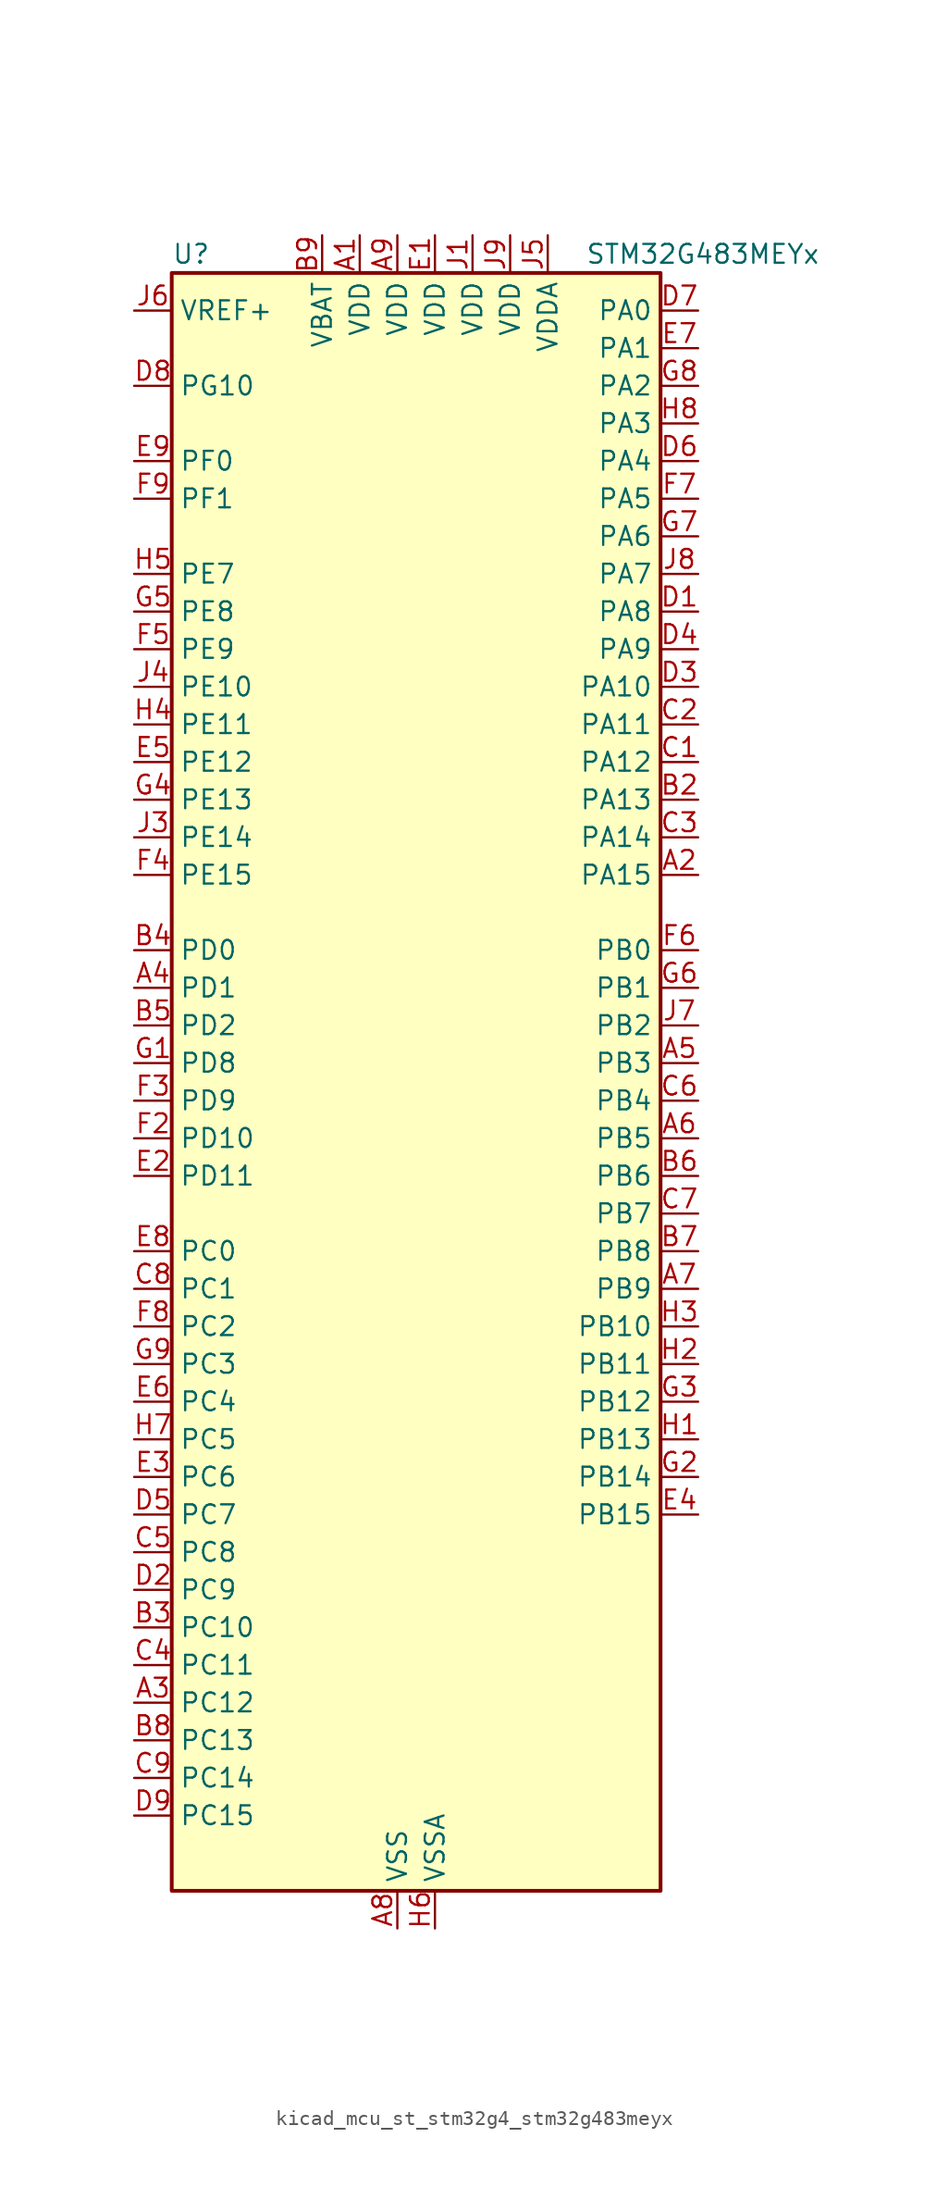
<source format=kicad_sym>
(kicad_symbol_lib
  (version 20220914)
  (generator kicad_symbol_editor)
  (symbol "kicad_mcu_st_stm32g4_stm32g483meyx"
    (property "Reference" "U"
      (at -15.24 57.15 0)
      (effects (font (size 1.27 1.27)) (justify left)))
    (property "Value" "STM32G483MEYx"
      (at 12.7 57.15 0)
      (effects (font (size 1.27 1.27)) (justify left)))
    (property "ki_locked" ""
      (at 0 0 0)
      (effects (font (size 1.27 1.27))))
    (symbol "kicad_mcu_st_stm32g4_stm32g483meyx_0_1"
      (rectangle (start -15.24 -53.34) (end 17.78 55.88) (stroke (width 0.254) (type default)) (fill (type background))))
    (symbol "kicad_mcu_st_stm32g4_stm32g483meyx_1_1"
      (pin power_in line (at -2.54 58.42 270) (length 2.54) (name "VDD" (effects (font (size 1.27 1.27)))) (number "A1" (effects (font (size 1.27 1.27)))))
      (pin bidirectional line (at 20.32 15.24 180) (length 2.54) (name "PA15" (effects (font (size 1.27 1.27)))) (number "A2" (effects (font (size 1.27 1.27)))) (alternate "ADC1_EXTI15" bidirectional line) (alternate "ADC2_EXTI15" bidirectional line) (alternate "FDCAN3_TX" bidirectional line) (alternate "I2C1_SCL" bidirectional line) (alternate "I2S3_WS" bidirectional line) (alternate "SPI1_NSS" bidirectional line) (alternate "SPI3_NSS" bidirectional line) (alternate "SYS_JTDI" bidirectional line) (alternate "TIM1_BKIN" bidirectional line) (alternate "TIM2_CH1" bidirectional line) (alternate "TIM2_ETR" bidirectional line) (alternate "TIM8_CH1" bidirectional line) (alternate "UART4_DE" bidirectional line) (alternate "UART4_RTS" bidirectional line) (alternate "USART2_RX" bidirectional line))
      (pin bidirectional line (at -17.78 -40.64 0) (length 2.54) (name "PC12" (effects (font (size 1.27 1.27)))) (number "A3" (effects (font (size 1.27 1.27)))) (alternate "I2S3_SD" bidirectional line) (alternate "SPI3_MOSI" bidirectional line) (alternate "TIM5_CH2" bidirectional line) (alternate "TIM8_CH3N" bidirectional line) (alternate "UART5_TX" bidirectional line) (alternate "UCPD1_FRSTX1" bidirectional line) (alternate "UCPD1_FRSTX2" bidirectional line) (alternate "USART3_CK" bidirectional line))
      (pin bidirectional line (at -17.78 7.62 0) (length 2.54) (name "PD1" (effects (font (size 1.27 1.27)))) (number "A4" (effects (font (size 1.27 1.27)))) (alternate "FDCAN1_TX" bidirectional line) (alternate "TIM8_BKIN2" bidirectional line) (alternate "TIM8_CH4" bidirectional line))
      (pin bidirectional line (at 20.32 2.54 180) (length 2.54) (name "PB3" (effects (font (size 1.27 1.27)))) (number "A5" (effects (font (size 1.27 1.27)))) (alternate "ADC3_EXTI3" bidirectional line) (alternate "ADC4_EXTI3" bidirectional line) (alternate "ADC5_EXTI3" bidirectional line) (alternate "CRS_SYNC" bidirectional line) (alternate "FDCAN3_RX" bidirectional line) (alternate "I2S3_CK" bidirectional line) (alternate "SAI1_SCK_B" bidirectional line) (alternate "SPI1_SCK" bidirectional line) (alternate "SPI3_SCK" bidirectional line) (alternate "SYS_JTDO-SWO" bidirectional line) (alternate "TIM2_CH2" bidirectional line) (alternate "TIM3_ETR" bidirectional line) (alternate "TIM4_ETR" bidirectional line) (alternate "TIM8_CH1N" bidirectional line) (alternate "USART2_TX" bidirectional line))
      (pin bidirectional line (at 20.32 -2.54 180) (length 2.54) (name "PB5" (effects (font (size 1.27 1.27)))) (number "A6" (effects (font (size 1.27 1.27)))) (alternate "FDCAN2_RX" bidirectional line) (alternate "I2C1_SMBA" bidirectional line) (alternate "I2C3_SDA" bidirectional line) (alternate "I2S3_SD" bidirectional line) (alternate "LPTIM1_IN1" bidirectional line) (alternate "SAI1_SD_B" bidirectional line) (alternate "SPI1_MOSI" bidirectional line) (alternate "SPI3_MOSI" bidirectional line) (alternate "TIM16_BKIN" bidirectional line) (alternate "TIM17_CH1" bidirectional line) (alternate "TIM3_CH2" bidirectional line) (alternate "TIM8_CH3N" bidirectional line) (alternate "UART5_CTS" bidirectional line) (alternate "USART2_CK" bidirectional line))
      (pin bidirectional line (at 20.32 -12.7 180) (length 2.54) (name "PB9" (effects (font (size 1.27 1.27)))) (number "A7" (effects (font (size 1.27 1.27)))) (alternate "COMP2_OUT" bidirectional line) (alternate "DAC1_EXTI9" bidirectional line) (alternate "DAC2_EXTI9" bidirectional line) (alternate "DAC3_EXTI9" bidirectional line) (alternate "DAC4_EXTI9" bidirectional line) (alternate "FDCAN1_TX" bidirectional line) (alternate "I2C1_SDA" bidirectional line) (alternate "IR_OUT" bidirectional line) (alternate "SAI1_D2" bidirectional line) (alternate "SAI1_FS_A" bidirectional line) (alternate "TIM17_CH1" bidirectional line) (alternate "TIM1_CH3N" bidirectional line) (alternate "TIM4_CH4" bidirectional line) (alternate "TIM8_CH3" bidirectional line) (alternate "USART3_TX" bidirectional line))
      (pin power_in line (at 0 -55.88 90) (length 2.54) (name "VSS" (effects (font (size 1.27 1.27)))) (number "A8" (effects (font (size 1.27 1.27)))))
      (pin power_in line (at 0 58.42 270) (length 2.54) (name "VDD" (effects (font (size 1.27 1.27)))) (number "A9" (effects (font (size 1.27 1.27)))))
      (pin passive line (at 0 -55.88 90) (length 2.54) hide (name "VSS" (effects (font (size 1.27 1.27)))) (number "B1" (effects (font (size 1.27 1.27)))))
      (pin bidirectional line (at 20.32 20.32 180) (length 2.54) (name "PA13" (effects (font (size 1.27 1.27)))) (number "B2" (effects (font (size 1.27 1.27)))) (alternate "I2C1_SCL" bidirectional line) (alternate "I2C4_SCL" bidirectional line) (alternate "IR_OUT" bidirectional line) (alternate "SAI1_SD_B" bidirectional line) (alternate "SYS_JTMS-SWDIO" bidirectional line) (alternate "TIM16_CH1N" bidirectional line) (alternate "TIM4_CH3" bidirectional line) (alternate "USART3_CTS" bidirectional line) (alternate "USART3_NSS" bidirectional line))
      (pin bidirectional line (at -17.78 -35.56 0) (length 2.54) (name "PC10" (effects (font (size 1.27 1.27)))) (number "B3" (effects (font (size 1.27 1.27)))) (alternate "DAC1_EXTI10" bidirectional line) (alternate "DAC2_EXTI10" bidirectional line) (alternate "DAC3_EXTI10" bidirectional line) (alternate "DAC4_EXTI10" bidirectional line) (alternate "I2S3_CK" bidirectional line) (alternate "SPI3_SCK" bidirectional line) (alternate "TIM8_CH1N" bidirectional line) (alternate "UART4_TX" bidirectional line) (alternate "USART3_TX" bidirectional line))
      (pin bidirectional line (at -17.78 10.16 0) (length 2.54) (name "PD0" (effects (font (size 1.27 1.27)))) (number "B4" (effects (font (size 1.27 1.27)))) (alternate "FDCAN1_RX" bidirectional line) (alternate "TIM8_CH4N" bidirectional line))
      (pin bidirectional line (at -17.78 5.08 0) (length 2.54) (name "PD2" (effects (font (size 1.27 1.27)))) (number "B5" (effects (font (size 1.27 1.27)))) (alternate "ADC3_EXTI2" bidirectional line) (alternate "ADC4_EXTI2" bidirectional line) (alternate "ADC5_EXTI2" bidirectional line) (alternate "TIM3_ETR" bidirectional line) (alternate "TIM8_BKIN" bidirectional line) (alternate "UART5_RX" bidirectional line))
      (pin bidirectional line (at 20.32 -5.08 180) (length 2.54) (name "PB6" (effects (font (size 1.27 1.27)))) (number "B6" (effects (font (size 1.27 1.27)))) (alternate "COMP4_OUT" bidirectional line) (alternate "FDCAN2_TX" bidirectional line) (alternate "LPTIM1_ETR" bidirectional line) (alternate "SAI1_FS_B" bidirectional line) (alternate "TIM16_CH1N" bidirectional line) (alternate "TIM4_CH1" bidirectional line) (alternate "TIM8_BKIN2" bidirectional line) (alternate "TIM8_CH1" bidirectional line) (alternate "TIM8_ETR" bidirectional line) (alternate "UCPD1_CC1" bidirectional line) (alternate "USART1_TX" bidirectional line))
      (pin bidirectional line (at 20.32 -10.16 180) (length 2.54) (name "PB8" (effects (font (size 1.27 1.27)))) (number "B7" (effects (font (size 1.27 1.27)))) (alternate "COMP1_OUT" bidirectional line) (alternate "FDCAN1_RX" bidirectional line) (alternate "I2C1_SCL" bidirectional line) (alternate "SAI1_CK1" bidirectional line) (alternate "SAI1_MCLK_A" bidirectional line) (alternate "TIM16_CH1" bidirectional line) (alternate "TIM1_BKIN" bidirectional line) (alternate "TIM4_CH3" bidirectional line) (alternate "TIM8_CH2" bidirectional line) (alternate "USART3_RX" bidirectional line))
      (pin bidirectional line (at -17.78 -43.18 0) (length 2.54) (name "PC13" (effects (font (size 1.27 1.27)))) (number "B8" (effects (font (size 1.27 1.27)))) (alternate "RTC_OUT1" bidirectional line) (alternate "RTC_TAMP1" bidirectional line) (alternate "RTC_TS" bidirectional line) (alternate "SYS_WKUP2" bidirectional line) (alternate "TIM1_BKIN" bidirectional line) (alternate "TIM1_CH1N" bidirectional line) (alternate "TIM8_CH4N" bidirectional line))
      (pin power_in line (at -5.08 58.42 270) (length 2.54) (name "VBAT" (effects (font (size 1.27 1.27)))) (number "B9" (effects (font (size 1.27 1.27)))))
      (pin bidirectional line (at 20.32 22.86 180) (length 2.54) (name "PA12" (effects (font (size 1.27 1.27)))) (number "C1" (effects (font (size 1.27 1.27)))) (alternate "COMP2_OUT" bidirectional line) (alternate "FDCAN1_TX" bidirectional line) (alternate "I2S_CKIN" bidirectional line) (alternate "TIM16_CH1" bidirectional line) (alternate "TIM1_CH2N" bidirectional line) (alternate "TIM1_ETR" bidirectional line) (alternate "TIM4_CH2" bidirectional line) (alternate "USART1_DE" bidirectional line) (alternate "USART1_RTS" bidirectional line) (alternate "USB_DP" bidirectional line))
      (pin bidirectional line (at 20.32 25.4 180) (length 2.54) (name "PA11" (effects (font (size 1.27 1.27)))) (number "C2" (effects (font (size 1.27 1.27)))) (alternate "ADC1_EXTI11" bidirectional line) (alternate "ADC2_EXTI11" bidirectional line) (alternate "COMP1_OUT" bidirectional line) (alternate "FDCAN1_RX" bidirectional line) (alternate "I2S2_SD" bidirectional line) (alternate "SPI2_MOSI" bidirectional line) (alternate "TIM1_BKIN2" bidirectional line) (alternate "TIM1_CH1N" bidirectional line) (alternate "TIM1_CH4" bidirectional line) (alternate "TIM4_CH1" bidirectional line) (alternate "USART1_CTS" bidirectional line) (alternate "USART1_NSS" bidirectional line) (alternate "USB_DM" bidirectional line))
      (pin bidirectional line (at 20.32 17.78 180) (length 2.54) (name "PA14" (effects (font (size 1.27 1.27)))) (number "C3" (effects (font (size 1.27 1.27)))) (alternate "I2C1_SDA" bidirectional line) (alternate "I2C4_SMBA" bidirectional line) (alternate "LPTIM1_OUT" bidirectional line) (alternate "SAI1_FS_B" bidirectional line) (alternate "SYS_JTCK-SWCLK" bidirectional line) (alternate "TIM1_BKIN" bidirectional line) (alternate "TIM8_CH2" bidirectional line) (alternate "USART2_TX" bidirectional line))
      (pin bidirectional line (at -17.78 -38.1 0) (length 2.54) (name "PC11" (effects (font (size 1.27 1.27)))) (number "C4" (effects (font (size 1.27 1.27)))) (alternate "ADC1_EXTI11" bidirectional line) (alternate "ADC2_EXTI11" bidirectional line) (alternate "I2C3_SDA" bidirectional line) (alternate "SPI3_MISO" bidirectional line) (alternate "TIM8_CH2N" bidirectional line) (alternate "UART4_RX" bidirectional line) (alternate "USART3_RX" bidirectional line))
      (pin bidirectional line (at -17.78 -30.48 0) (length 2.54) (name "PC8" (effects (font (size 1.27 1.27)))) (number "C5" (effects (font (size 1.27 1.27)))) (alternate "COMP7_OUT" bidirectional line) (alternate "I2C3_SCL" bidirectional line) (alternate "TIM20_CH3" bidirectional line) (alternate "TIM3_CH3" bidirectional line) (alternate "TIM8_CH3" bidirectional line))
      (pin bidirectional line (at 20.32 0 180) (length 2.54) (name "PB4" (effects (font (size 1.27 1.27)))) (number "C6" (effects (font (size 1.27 1.27)))) (alternate "FDCAN3_TX" bidirectional line) (alternate "SAI1_MCLK_B" bidirectional line) (alternate "SPI1_MISO" bidirectional line) (alternate "SPI3_MISO" bidirectional line) (alternate "SYS_JTRST" bidirectional line) (alternate "TIM16_CH1" bidirectional line) (alternate "TIM17_BKIN" bidirectional line) (alternate "TIM3_CH1" bidirectional line) (alternate "TIM8_CH2N" bidirectional line) (alternate "UART5_DE" bidirectional line) (alternate "UART5_RTS" bidirectional line) (alternate "UCPD1_CC2" bidirectional line) (alternate "USART2_RX" bidirectional line))
      (pin bidirectional line (at 20.32 -7.62 180) (length 2.54) (name "PB7" (effects (font (size 1.27 1.27)))) (number "C7" (effects (font (size 1.27 1.27)))) (alternate "COMP3_OUT" bidirectional line) (alternate "I2C1_SDA" bidirectional line) (alternate "I2C4_SDA" bidirectional line) (alternate "LPTIM1_IN2" bidirectional line) (alternate "SYS_PVD_IN" bidirectional line) (alternate "TIM17_CH1N" bidirectional line) (alternate "TIM3_CH4" bidirectional line) (alternate "TIM4_CH2" bidirectional line) (alternate "TIM8_BKIN" bidirectional line) (alternate "UART4_CTS" bidirectional line) (alternate "USART1_RX" bidirectional line))
      (pin bidirectional line (at -17.78 -12.7 0) (length 2.54) (name "PC1" (effects (font (size 1.27 1.27)))) (number "C8" (effects (font (size 1.27 1.27)))) (alternate "ADC1_IN7" bidirectional line) (alternate "ADC2_IN7" bidirectional line) (alternate "COMP3_INP" bidirectional line) (alternate "LPTIM1_OUT" bidirectional line) (alternate "LPUART1_TX" bidirectional line) (alternate "QUADSPI1_BK2_IO0" bidirectional line) (alternate "SAI1_SD_A" bidirectional line) (alternate "TIM1_CH2" bidirectional line))
      (pin bidirectional line (at -17.78 -45.72 0) (length 2.54) (name "PC14" (effects (font (size 1.27 1.27)))) (number "C9" (effects (font (size 1.27 1.27)))) (alternate "RCC_OSC32_IN" bidirectional line))
      (pin bidirectional line (at 20.32 33.02 180) (length 2.54) (name "PA8" (effects (font (size 1.27 1.27)))) (number "D1" (effects (font (size 1.27 1.27)))) (alternate "ADC5_IN1" bidirectional line) (alternate "COMP7_OUT" bidirectional line) (alternate "FDCAN3_RX" bidirectional line) (alternate "I2C2_SDA" bidirectional line) (alternate "I2C3_SCL" bidirectional line) (alternate "I2S2_MCK" bidirectional line) (alternate "OPAMP5_VOUT" bidirectional line) (alternate "RCC_MCO" bidirectional line) (alternate "SAI1_CK2" bidirectional line) (alternate "SAI1_SCK_A" bidirectional line) (alternate "TIM1_CH1" bidirectional line) (alternate "TIM4_ETR" bidirectional line) (alternate "USART1_CK" bidirectional line))
      (pin bidirectional line (at -17.78 -33.02 0) (length 2.54) (name "PC9" (effects (font (size 1.27 1.27)))) (number "D2" (effects (font (size 1.27 1.27)))) (alternate "DAC1_EXTI9" bidirectional line) (alternate "DAC2_EXTI9" bidirectional line) (alternate "DAC3_EXTI9" bidirectional line) (alternate "DAC4_EXTI9" bidirectional line) (alternate "I2C3_SDA" bidirectional line) (alternate "I2S_CKIN" bidirectional line) (alternate "TIM3_CH4" bidirectional line) (alternate "TIM8_BKIN2" bidirectional line) (alternate "TIM8_CH4" bidirectional line))
      (pin bidirectional line (at 20.32 27.94 180) (length 2.54) (name "PA10" (effects (font (size 1.27 1.27)))) (number "D3" (effects (font (size 1.27 1.27)))) (alternate "COMP6_OUT" bidirectional line) (alternate "CRS_SYNC" bidirectional line) (alternate "DAC1_EXTI10" bidirectional line) (alternate "DAC2_EXTI10" bidirectional line) (alternate "DAC3_EXTI10" bidirectional line) (alternate "DAC4_EXTI10" bidirectional line) (alternate "I2C2_SMBA" bidirectional line) (alternate "SAI1_D1" bidirectional line) (alternate "SAI1_SD_A" bidirectional line) (alternate "SPI2_MISO" bidirectional line) (alternate "TIM17_BKIN" bidirectional line) (alternate "TIM1_CH3" bidirectional line) (alternate "TIM2_CH4" bidirectional line) (alternate "TIM8_BKIN" bidirectional line) (alternate "UCPD1_DBCC2" bidirectional line) (alternate "USART1_RX" bidirectional line))
      (pin bidirectional line (at 20.32 30.48 180) (length 2.54) (name "PA9" (effects (font (size 1.27 1.27)))) (number "D4" (effects (font (size 1.27 1.27)))) (alternate "ADC5_IN2" bidirectional line) (alternate "COMP5_OUT" bidirectional line) (alternate "DAC1_EXTI9" bidirectional line) (alternate "DAC2_EXTI9" bidirectional line) (alternate "DAC3_EXTI9" bidirectional line) (alternate "DAC4_EXTI9" bidirectional line) (alternate "I2C2_SCL" bidirectional line) (alternate "I2C3_SMBA" bidirectional line) (alternate "I2S3_MCK" bidirectional line) (alternate "SAI1_FS_A" bidirectional line) (alternate "TIM15_BKIN" bidirectional line) (alternate "TIM1_CH2" bidirectional line) (alternate "TIM2_CH3" bidirectional line) (alternate "UCPD1_DBCC1" bidirectional line) (alternate "USART1_TX" bidirectional line))
      (pin bidirectional line (at -17.78 -27.94 0) (length 2.54) (name "PC7" (effects (font (size 1.27 1.27)))) (number "D5" (effects (font (size 1.27 1.27)))) (alternate "COMP5_OUT" bidirectional line) (alternate "I2C4_SDA" bidirectional line) (alternate "I2S3_MCK" bidirectional line) (alternate "TIM3_CH2" bidirectional line) (alternate "TIM8_CH2" bidirectional line))
      (pin bidirectional line (at 20.32 43.18 180) (length 2.54) (name "PA4" (effects (font (size 1.27 1.27)))) (number "D6" (effects (font (size 1.27 1.27)))) (alternate "ADC2_IN17" bidirectional line) (alternate "COMP1_INM" bidirectional line) (alternate "DAC1_OUT1" bidirectional line) (alternate "I2S3_WS" bidirectional line) (alternate "SAI1_FS_B" bidirectional line) (alternate "SPI1_NSS" bidirectional line) (alternate "SPI3_NSS" bidirectional line) (alternate "TIM3_CH2" bidirectional line) (alternate "USART2_CK" bidirectional line))
      (pin bidirectional line (at 20.32 53.34 180) (length 2.54) (name "PA0" (effects (font (size 1.27 1.27)))) (number "D7" (effects (font (size 1.27 1.27)))) (alternate "ADC1_IN1" bidirectional line) (alternate "ADC2_IN1" bidirectional line) (alternate "COMP1_INM" bidirectional line) (alternate "COMP1_OUT" bidirectional line) (alternate "COMP3_INP" bidirectional line) (alternate "RTC_TAMP2" bidirectional line) (alternate "SYS_WKUP1" bidirectional line) (alternate "TIM2_CH1" bidirectional line) (alternate "TIM2_ETR" bidirectional line) (alternate "TIM5_CH1" bidirectional line) (alternate "TIM8_BKIN" bidirectional line) (alternate "TIM8_ETR" bidirectional line) (alternate "USART2_CTS" bidirectional line) (alternate "USART2_NSS" bidirectional line))
      (pin bidirectional line (at -17.78 48.26 0) (length 2.54) (name "PG10" (effects (font (size 1.27 1.27)))) (number "D8" (effects (font (size 1.27 1.27)))) (alternate "DAC1_EXTI10" bidirectional line) (alternate "DAC2_EXTI10" bidirectional line) (alternate "DAC3_EXTI10" bidirectional line) (alternate "DAC4_EXTI10" bidirectional line) (alternate "RCC_MCO" bidirectional line))
      (pin bidirectional line (at -17.78 -48.26 0) (length 2.54) (name "PC15" (effects (font (size 1.27 1.27)))) (number "D9" (effects (font (size 1.27 1.27)))) (alternate "ADC1_EXTI15" bidirectional line) (alternate "ADC2_EXTI15" bidirectional line) (alternate "RCC_OSC32_OUT" bidirectional line))
      (pin power_in line (at 2.54 58.42 270) (length 2.54) (name "VDD" (effects (font (size 1.27 1.27)))) (number "E1" (effects (font (size 1.27 1.27)))))
      (pin bidirectional line (at -17.78 -5.08 0) (length 2.54) (name "PD11" (effects (font (size 1.27 1.27)))) (number "E2" (effects (font (size 1.27 1.27)))) (alternate "ADC1_EXTI11" bidirectional line) (alternate "ADC2_EXTI11" bidirectional line) (alternate "ADC3_IN8" bidirectional line) (alternate "ADC4_IN8" bidirectional line) (alternate "ADC5_IN8" bidirectional line) (alternate "COMP6_INP" bidirectional line) (alternate "I2C4_SMBA" bidirectional line) (alternate "OPAMP4_VINP" bidirectional line) (alternate "OPAMP4_VINP_SEC" bidirectional line) (alternate "TIM5_ETR" bidirectional line) (alternate "USART3_CTS" bidirectional line) (alternate "USART3_NSS" bidirectional line))
      (pin bidirectional line (at -17.78 -25.4 0) (length 2.54) (name "PC6" (effects (font (size 1.27 1.27)))) (number "E3" (effects (font (size 1.27 1.27)))) (alternate "COMP6_OUT" bidirectional line) (alternate "I2C4_SCL" bidirectional line) (alternate "I2S2_MCK" bidirectional line) (alternate "TIM3_CH1" bidirectional line) (alternate "TIM8_CH1" bidirectional line))
      (pin bidirectional line (at 20.32 -27.94 180) (length 2.54) (name "PB15" (effects (font (size 1.27 1.27)))) (number "E4" (effects (font (size 1.27 1.27)))) (alternate "ADC1_EXTI15" bidirectional line) (alternate "ADC2_EXTI15" bidirectional line) (alternate "ADC2_IN15" bidirectional line) (alternate "ADC4_IN5" bidirectional line) (alternate "COMP3_OUT" bidirectional line) (alternate "COMP6_INM" bidirectional line) (alternate "I2S2_SD" bidirectional line) (alternate "OPAMP5_VINM" bidirectional line) (alternate "OPAMP5_VINM0" bidirectional line) (alternate "OPAMP5_VINM_SEC" bidirectional line) (alternate "RTC_REFIN" bidirectional line) (alternate "SPI2_MOSI" bidirectional line) (alternate "TIM15_CH1N" bidirectional line) (alternate "TIM15_CH2" bidirectional line) (alternate "TIM1_CH3N" bidirectional line))
      (pin bidirectional line (at -17.78 22.86 0) (length 2.54) (name "PE12" (effects (font (size 1.27 1.27)))) (number "E5" (effects (font (size 1.27 1.27)))) (alternate "ADC3_IN16" bidirectional line) (alternate "ADC4_IN16" bidirectional line) (alternate "ADC5_IN16" bidirectional line) (alternate "QUADSPI1_BK1_IO0" bidirectional line) (alternate "SPI4_SCK" bidirectional line) (alternate "TIM1_CH3N" bidirectional line))
      (pin bidirectional line (at -17.78 -20.32 0) (length 2.54) (name "PC4" (effects (font (size 1.27 1.27)))) (number "E6" (effects (font (size 1.27 1.27)))) (alternate "ADC2_IN5" bidirectional line) (alternate "I2C2_SCL" bidirectional line) (alternate "QUADSPI1_BK2_IO3" bidirectional line) (alternate "TIM1_ETR" bidirectional line) (alternate "USART1_TX" bidirectional line))
      (pin bidirectional line (at 20.32 50.8 180) (length 2.54) (name "PA1" (effects (font (size 1.27 1.27)))) (number "E7" (effects (font (size 1.27 1.27)))) (alternate "ADC1_IN2" bidirectional line) (alternate "ADC2_IN2" bidirectional line) (alternate "COMP1_INP" bidirectional line) (alternate "OPAMP1_VINP" bidirectional line) (alternate "OPAMP1_VINP_SEC" bidirectional line) (alternate "OPAMP3_VINP" bidirectional line) (alternate "OPAMP3_VINP_SEC" bidirectional line) (alternate "OPAMP6_VINM" bidirectional line) (alternate "OPAMP6_VINM0" bidirectional line) (alternate "OPAMP6_VINM_SEC" bidirectional line) (alternate "RTC_REFIN" bidirectional line) (alternate "TIM15_CH1N" bidirectional line) (alternate "TIM2_CH2" bidirectional line) (alternate "TIM5_CH2" bidirectional line) (alternate "USART2_DE" bidirectional line) (alternate "USART2_RTS" bidirectional line))
      (pin bidirectional line (at -17.78 -10.16 0) (length 2.54) (name "PC0" (effects (font (size 1.27 1.27)))) (number "E8" (effects (font (size 1.27 1.27)))) (alternate "ADC1_IN6" bidirectional line) (alternate "ADC2_IN6" bidirectional line) (alternate "COMP3_INM" bidirectional line) (alternate "LPTIM1_IN1" bidirectional line) (alternate "LPUART1_RX" bidirectional line) (alternate "TIM1_CH1" bidirectional line))
      (pin bidirectional line (at -17.78 43.18 0) (length 2.54) (name "PF0" (effects (font (size 1.27 1.27)))) (number "E9" (effects (font (size 1.27 1.27)))) (alternate "ADC1_IN10" bidirectional line) (alternate "I2C2_SDA" bidirectional line) (alternate "I2S2_WS" bidirectional line) (alternate "RCC_OSC_IN" bidirectional line) (alternate "SPI2_NSS" bidirectional line) (alternate "TIM1_CH3N" bidirectional line))
      (pin passive line (at 0 -55.88 90) (length 2.54) hide (name "VSS" (effects (font (size 1.27 1.27)))) (number "F1" (effects (font (size 1.27 1.27)))))
      (pin bidirectional line (at -17.78 -2.54 0) (length 2.54) (name "PD10" (effects (font (size 1.27 1.27)))) (number "F2" (effects (font (size 1.27 1.27)))) (alternate "ADC3_IN7" bidirectional line) (alternate "ADC4_IN7" bidirectional line) (alternate "ADC5_IN7" bidirectional line) (alternate "COMP6_INM" bidirectional line) (alternate "DAC1_EXTI10" bidirectional line) (alternate "DAC2_EXTI10" bidirectional line) (alternate "DAC3_EXTI10" bidirectional line) (alternate "DAC4_EXTI10" bidirectional line) (alternate "USART3_CK" bidirectional line))
      (pin bidirectional line (at -17.78 0 0) (length 2.54) (name "PD9" (effects (font (size 1.27 1.27)))) (number "F3" (effects (font (size 1.27 1.27)))) (alternate "ADC4_IN13" bidirectional line) (alternate "ADC5_IN13" bidirectional line) (alternate "DAC1_EXTI9" bidirectional line) (alternate "DAC2_EXTI9" bidirectional line) (alternate "DAC3_EXTI9" bidirectional line) (alternate "DAC4_EXTI9" bidirectional line) (alternate "OPAMP6_VINP" bidirectional line) (alternate "OPAMP6_VINP_SEC" bidirectional line) (alternate "USART3_RX" bidirectional line))
      (pin bidirectional line (at -17.78 15.24 0) (length 2.54) (name "PE15" (effects (font (size 1.27 1.27)))) (number "F4" (effects (font (size 1.27 1.27)))) (alternate "ADC1_EXTI15" bidirectional line) (alternate "ADC2_EXTI15" bidirectional line) (alternate "ADC4_IN2" bidirectional line) (alternate "QUADSPI1_BK1_IO3" bidirectional line) (alternate "TIM1_BKIN" bidirectional line) (alternate "TIM1_CH4N" bidirectional line) (alternate "USART3_RX" bidirectional line))
      (pin bidirectional line (at -17.78 30.48 0) (length 2.54) (name "PE9" (effects (font (size 1.27 1.27)))) (number "F5" (effects (font (size 1.27 1.27)))) (alternate "ADC3_IN2" bidirectional line) (alternate "DAC1_EXTI9" bidirectional line) (alternate "DAC2_EXTI9" bidirectional line) (alternate "DAC3_EXTI9" bidirectional line) (alternate "DAC4_EXTI9" bidirectional line) (alternate "SAI1_FS_B" bidirectional line) (alternate "TIM1_CH1" bidirectional line) (alternate "TIM5_CH4" bidirectional line))
      (pin bidirectional line (at 20.32 10.16 180) (length 2.54) (name "PB0" (effects (font (size 1.27 1.27)))) (number "F6" (effects (font (size 1.27 1.27)))) (alternate "ADC1_IN15" bidirectional line) (alternate "ADC3_IN12" bidirectional line) (alternate "COMP4_INP" bidirectional line) (alternate "OPAMP2_VINP" bidirectional line) (alternate "OPAMP2_VINP_SEC" bidirectional line) (alternate "OPAMP3_VINP" bidirectional line) (alternate "OPAMP3_VINP_SEC" bidirectional line) (alternate "QUADSPI1_BK1_IO1" bidirectional line) (alternate "TIM1_CH2N" bidirectional line) (alternate "TIM3_CH3" bidirectional line) (alternate "TIM8_CH2N" bidirectional line) (alternate "UCPD1_FRSTX1" bidirectional line) (alternate "UCPD1_FRSTX2" bidirectional line))
      (pin bidirectional line (at 20.32 40.64 180) (length 2.54) (name "PA5" (effects (font (size 1.27 1.27)))) (number "F7" (effects (font (size 1.27 1.27)))) (alternate "ADC2_IN13" bidirectional line) (alternate "COMP2_INM" bidirectional line) (alternate "DAC1_OUT2" bidirectional line) (alternate "OPAMP2_VINM" bidirectional line) (alternate "OPAMP2_VINM0" bidirectional line) (alternate "OPAMP2_VINM_SEC" bidirectional line) (alternate "SPI1_SCK" bidirectional line) (alternate "TIM2_CH1" bidirectional line) (alternate "TIM2_ETR" bidirectional line) (alternate "UCPD1_FRSTX1" bidirectional line) (alternate "UCPD1_FRSTX2" bidirectional line))
      (pin bidirectional line (at -17.78 -15.24 0) (length 2.54) (name "PC2" (effects (font (size 1.27 1.27)))) (number "F8" (effects (font (size 1.27 1.27)))) (alternate "ADC1_IN8" bidirectional line) (alternate "ADC2_IN8" bidirectional line) (alternate "ADC3_EXTI2" bidirectional line) (alternate "ADC4_EXTI2" bidirectional line) (alternate "ADC5_EXTI2" bidirectional line) (alternate "COMP3_OUT" bidirectional line) (alternate "LPTIM1_IN2" bidirectional line) (alternate "QUADSPI1_BK2_IO1" bidirectional line) (alternate "TIM1_CH3" bidirectional line) (alternate "TIM20_CH2" bidirectional line))
      (pin bidirectional line (at -17.78 40.64 0) (length 2.54) (name "PF1" (effects (font (size 1.27 1.27)))) (number "F9" (effects (font (size 1.27 1.27)))) (alternate "ADC2_IN10" bidirectional line) (alternate "COMP3_INM" bidirectional line) (alternate "I2S2_CK" bidirectional line) (alternate "RCC_OSC_OUT" bidirectional line) (alternate "SPI2_SCK" bidirectional line))
      (pin bidirectional line (at -17.78 2.54 0) (length 2.54) (name "PD8" (effects (font (size 1.27 1.27)))) (number "G1" (effects (font (size 1.27 1.27)))) (alternate "ADC4_IN12" bidirectional line) (alternate "ADC5_IN12" bidirectional line) (alternate "OPAMP4_VINM" bidirectional line) (alternate "OPAMP4_VINM1" bidirectional line) (alternate "OPAMP4_VINM_SEC" bidirectional line) (alternate "USART3_TX" bidirectional line))
      (pin bidirectional line (at 20.32 -25.4 180) (length 2.54) (name "PB14" (effects (font (size 1.27 1.27)))) (number "G2" (effects (font (size 1.27 1.27)))) (alternate "ADC1_IN5" bidirectional line) (alternate "ADC4_IN4" bidirectional line) (alternate "COMP4_OUT" bidirectional line) (alternate "COMP7_INP" bidirectional line) (alternate "OPAMP2_VINP" bidirectional line) (alternate "OPAMP2_VINP_SEC" bidirectional line) (alternate "OPAMP5_VINP" bidirectional line) (alternate "OPAMP5_VINP_SEC" bidirectional line) (alternate "SPI2_MISO" bidirectional line) (alternate "TIM15_CH1" bidirectional line) (alternate "TIM1_CH2N" bidirectional line) (alternate "USART3_DE" bidirectional line) (alternate "USART3_RTS" bidirectional line))
      (pin bidirectional line (at 20.32 -20.32 180) (length 2.54) (name "PB12" (effects (font (size 1.27 1.27)))) (number "G3" (effects (font (size 1.27 1.27)))) (alternate "ADC1_IN11" bidirectional line) (alternate "ADC4_IN3" bidirectional line) (alternate "COMP7_INM" bidirectional line) (alternate "FDCAN2_RX" bidirectional line) (alternate "I2C2_SMBA" bidirectional line) (alternate "I2S2_WS" bidirectional line) (alternate "LPUART1_DE" bidirectional line) (alternate "LPUART1_RTS" bidirectional line) (alternate "OPAMP4_VOUT" bidirectional line) (alternate "OPAMP6_VINP" bidirectional line) (alternate "OPAMP6_VINP_SEC" bidirectional line) (alternate "SPI2_NSS" bidirectional line) (alternate "TIM1_BKIN" bidirectional line) (alternate "TIM5_ETR" bidirectional line) (alternate "USART3_CK" bidirectional line))
      (pin bidirectional line (at -17.78 20.32 0) (length 2.54) (name "PE13" (effects (font (size 1.27 1.27)))) (number "G4" (effects (font (size 1.27 1.27)))) (alternate "ADC3_IN3" bidirectional line) (alternate "QUADSPI1_BK1_IO1" bidirectional line) (alternate "SPI4_MISO" bidirectional line) (alternate "TIM1_CH3" bidirectional line))
      (pin bidirectional line (at -17.78 33.02 0) (length 2.54) (name "PE8" (effects (font (size 1.27 1.27)))) (number "G5" (effects (font (size 1.27 1.27)))) (alternate "ADC3_IN6" bidirectional line) (alternate "ADC4_IN6" bidirectional line) (alternate "ADC5_IN6" bidirectional line) (alternate "COMP4_INM" bidirectional line) (alternate "SAI1_SCK_B" bidirectional line) (alternate "TIM1_CH1N" bidirectional line) (alternate "TIM5_CH3" bidirectional line))
      (pin bidirectional line (at 20.32 7.62 180) (length 2.54) (name "PB1" (effects (font (size 1.27 1.27)))) (number "G6" (effects (font (size 1.27 1.27)))) (alternate "ADC1_IN12" bidirectional line) (alternate "ADC3_IN1" bidirectional line) (alternate "COMP1_INP" bidirectional line) (alternate "COMP4_OUT" bidirectional line) (alternate "LPUART1_DE" bidirectional line) (alternate "LPUART1_RTS" bidirectional line) (alternate "OPAMP3_VOUT" bidirectional line) (alternate "OPAMP6_VINM" bidirectional line) (alternate "OPAMP6_VINM1" bidirectional line) (alternate "OPAMP6_VINM_SEC" bidirectional line) (alternate "QUADSPI1_BK1_IO0" bidirectional line) (alternate "TIM1_CH3N" bidirectional line) (alternate "TIM3_CH4" bidirectional line) (alternate "TIM8_CH3N" bidirectional line))
      (pin bidirectional line (at 20.32 38.1 180) (length 2.54) (name "PA6" (effects (font (size 1.27 1.27)))) (number "G7" (effects (font (size 1.27 1.27)))) (alternate "ADC2_IN3" bidirectional line) (alternate "COMP1_OUT" bidirectional line) (alternate "DAC2_OUT1" bidirectional line) (alternate "LPUART1_CTS" bidirectional line) (alternate "OPAMP2_VOUT" bidirectional line) (alternate "QUADSPI1_BK1_IO3" bidirectional line) (alternate "SPI1_MISO" bidirectional line) (alternate "TIM16_CH1" bidirectional line) (alternate "TIM1_BKIN" bidirectional line) (alternate "TIM3_CH1" bidirectional line) (alternate "TIM8_BKIN" bidirectional line))
      (pin bidirectional line (at 20.32 48.26 180) (length 2.54) (name "PA2" (effects (font (size 1.27 1.27)))) (number "G8" (effects (font (size 1.27 1.27)))) (alternate "ADC1_IN3" bidirectional line) (alternate "ADC3_EXTI2" bidirectional line) (alternate "ADC4_EXTI2" bidirectional line) (alternate "ADC5_EXTI2" bidirectional line) (alternate "COMP2_INM" bidirectional line) (alternate "COMP2_OUT" bidirectional line) (alternate "LPUART1_TX" bidirectional line) (alternate "OPAMP1_VOUT" bidirectional line) (alternate "QUADSPI1_BK1_NCS" bidirectional line) (alternate "RCC_LSCO" bidirectional line) (alternate "SYS_WKUP4" bidirectional line) (alternate "TIM15_CH1" bidirectional line) (alternate "TIM2_CH3" bidirectional line) (alternate "TIM5_CH3" bidirectional line) (alternate "UCPD1_FRSTX1" bidirectional line) (alternate "UCPD1_FRSTX2" bidirectional line) (alternate "USART2_TX" bidirectional line))
      (pin bidirectional line (at -17.78 -17.78 0) (length 2.54) (name "PC3" (effects (font (size 1.27 1.27)))) (number "G9" (effects (font (size 1.27 1.27)))) (alternate "ADC1_IN9" bidirectional line) (alternate "ADC2_IN9" bidirectional line) (alternate "ADC3_EXTI3" bidirectional line) (alternate "ADC4_EXTI3" bidirectional line) (alternate "ADC5_EXTI3" bidirectional line) (alternate "LPTIM1_ETR" bidirectional line) (alternate "OPAMP5_VINP" bidirectional line) (alternate "OPAMP5_VINP_SEC" bidirectional line) (alternate "QUADSPI1_BK2_IO2" bidirectional line) (alternate "SAI1_D1" bidirectional line) (alternate "SAI1_SD_A" bidirectional line) (alternate "TIM1_BKIN2" bidirectional line) (alternate "TIM1_CH4" bidirectional line))
      (pin bidirectional line (at 20.32 -22.86 180) (length 2.54) (name "PB13" (effects (font (size 1.27 1.27)))) (number "H1" (effects (font (size 1.27 1.27)))) (alternate "ADC3_IN5" bidirectional line) (alternate "COMP5_INP" bidirectional line) (alternate "FDCAN2_TX" bidirectional line) (alternate "I2S2_CK" bidirectional line) (alternate "LPUART1_CTS" bidirectional line) (alternate "OPAMP3_VINP" bidirectional line) (alternate "OPAMP3_VINP_SEC" bidirectional line) (alternate "OPAMP4_VINP" bidirectional line) (alternate "OPAMP4_VINP_SEC" bidirectional line) (alternate "OPAMP6_VINP" bidirectional line) (alternate "OPAMP6_VINP_SEC" bidirectional line) (alternate "SPI2_SCK" bidirectional line) (alternate "TIM1_CH1N" bidirectional line) (alternate "USART3_CTS" bidirectional line) (alternate "USART3_NSS" bidirectional line))
      (pin bidirectional line (at 20.32 -17.78 180) (length 2.54) (name "PB11" (effects (font (size 1.27 1.27)))) (number "H2" (effects (font (size 1.27 1.27)))) (alternate "ADC1_EXTI11" bidirectional line) (alternate "ADC1_IN14" bidirectional line) (alternate "ADC2_EXTI11" bidirectional line) (alternate "ADC2_IN14" bidirectional line) (alternate "COMP6_INP" bidirectional line) (alternate "LPUART1_TX" bidirectional line) (alternate "OPAMP4_VINP" bidirectional line) (alternate "OPAMP4_VINP_SEC" bidirectional line) (alternate "OPAMP6_VOUT" bidirectional line) (alternate "QUADSPI1_BK1_NCS" bidirectional line) (alternate "TIM2_CH4" bidirectional line) (alternate "USART3_RX" bidirectional line))
      (pin bidirectional line (at 20.32 -15.24 180) (length 2.54) (name "PB10" (effects (font (size 1.27 1.27)))) (number "H3" (effects (font (size 1.27 1.27)))) (alternate "COMP5_INM" bidirectional line) (alternate "DAC1_EXTI10" bidirectional line) (alternate "DAC2_EXTI10" bidirectional line) (alternate "DAC3_EXTI10" bidirectional line) (alternate "DAC4_EXTI10" bidirectional line) (alternate "LPUART1_RX" bidirectional line) (alternate "OPAMP3_VINM" bidirectional line) (alternate "OPAMP3_VINM1" bidirectional line) (alternate "OPAMP3_VINM_SEC" bidirectional line) (alternate "OPAMP4_VINM" bidirectional line) (alternate "OPAMP4_VINM0" bidirectional line) (alternate "OPAMP4_VINM_SEC" bidirectional line) (alternate "QUADSPI1_CLK" bidirectional line) (alternate "SAI1_SCK_A" bidirectional line) (alternate "TIM1_BKIN" bidirectional line) (alternate "TIM2_CH3" bidirectional line) (alternate "USART3_TX" bidirectional line))
      (pin bidirectional line (at -17.78 25.4 0) (length 2.54) (name "PE11" (effects (font (size 1.27 1.27)))) (number "H4" (effects (font (size 1.27 1.27)))) (alternate "ADC1_EXTI11" bidirectional line) (alternate "ADC2_EXTI11" bidirectional line) (alternate "ADC3_IN15" bidirectional line) (alternate "ADC4_IN15" bidirectional line) (alternate "ADC5_IN15" bidirectional line) (alternate "QUADSPI1_BK1_NCS" bidirectional line) (alternate "SPI4_NSS" bidirectional line) (alternate "TIM1_CH2" bidirectional line))
      (pin bidirectional line (at -17.78 35.56 0) (length 2.54) (name "PE7" (effects (font (size 1.27 1.27)))) (number "H5" (effects (font (size 1.27 1.27)))) (alternate "ADC3_IN4" bidirectional line) (alternate "COMP4_INP" bidirectional line) (alternate "SAI1_SD_B" bidirectional line) (alternate "TIM1_ETR" bidirectional line))
      (pin power_in line (at 2.54 -55.88 90) (length 2.54) (name "VSSA" (effects (font (size 1.27 1.27)))) (number "H6" (effects (font (size 1.27 1.27)))))
      (pin bidirectional line (at -17.78 -22.86 0) (length 2.54) (name "PC5" (effects (font (size 1.27 1.27)))) (number "H7" (effects (font (size 1.27 1.27)))) (alternate "ADC2_IN11" bidirectional line) (alternate "OPAMP1_VINM" bidirectional line) (alternate "OPAMP1_VINM1" bidirectional line) (alternate "OPAMP1_VINM_SEC" bidirectional line) (alternate "OPAMP2_VINM" bidirectional line) (alternate "OPAMP2_VINM1" bidirectional line) (alternate "OPAMP2_VINM_SEC" bidirectional line) (alternate "SAI1_D3" bidirectional line) (alternate "SYS_WKUP5" bidirectional line) (alternate "TIM15_BKIN" bidirectional line) (alternate "TIM1_CH4N" bidirectional line) (alternate "USART1_RX" bidirectional line))
      (pin bidirectional line (at 20.32 45.72 180) (length 2.54) (name "PA3" (effects (font (size 1.27 1.27)))) (number "H8" (effects (font (size 1.27 1.27)))) (alternate "ADC1_IN4" bidirectional line) (alternate "ADC3_EXTI3" bidirectional line) (alternate "ADC4_EXTI3" bidirectional line) (alternate "ADC5_EXTI3" bidirectional line) (alternate "COMP2_INP" bidirectional line) (alternate "LPUART1_RX" bidirectional line) (alternate "OPAMP1_VINM" bidirectional line) (alternate "OPAMP1_VINM0" bidirectional line) (alternate "OPAMP1_VINM_SEC" bidirectional line) (alternate "OPAMP1_VINP" bidirectional line) (alternate "OPAMP1_VINP_SEC" bidirectional line) (alternate "OPAMP5_VINM" bidirectional line) (alternate "OPAMP5_VINM1" bidirectional line) (alternate "OPAMP5_VINM_SEC" bidirectional line) (alternate "QUADSPI1_CLK" bidirectional line) (alternate "SAI1_CK1" bidirectional line) (alternate "SAI1_MCLK_A" bidirectional line) (alternate "TIM15_CH2" bidirectional line) (alternate "TIM2_CH4" bidirectional line) (alternate "TIM5_CH4" bidirectional line) (alternate "USART2_RX" bidirectional line))
      (pin passive line (at 0 -55.88 90) (length 2.54) hide (name "VSS" (effects (font (size 1.27 1.27)))) (number "H9" (effects (font (size 1.27 1.27)))))
      (pin power_in line (at 5.08 58.42 270) (length 2.54) (name "VDD" (effects (font (size 1.27 1.27)))) (number "J1" (effects (font (size 1.27 1.27)))))
      (pin passive line (at 0 -55.88 90) (length 2.54) hide (name "VSS" (effects (font (size 1.27 1.27)))) (number "J2" (effects (font (size 1.27 1.27)))))
      (pin bidirectional line (at -17.78 17.78 0) (length 2.54) (name "PE14" (effects (font (size 1.27 1.27)))) (number "J3" (effects (font (size 1.27 1.27)))) (alternate "ADC4_IN1" bidirectional line) (alternate "QUADSPI1_BK1_IO2" bidirectional line) (alternate "SPI4_MOSI" bidirectional line) (alternate "TIM1_BKIN2" bidirectional line) (alternate "TIM1_CH4" bidirectional line))
      (pin bidirectional line (at -17.78 27.94 0) (length 2.54) (name "PE10" (effects (font (size 1.27 1.27)))) (number "J4" (effects (font (size 1.27 1.27)))) (alternate "ADC3_IN14" bidirectional line) (alternate "ADC4_IN14" bidirectional line) (alternate "ADC5_IN14" bidirectional line) (alternate "DAC1_EXTI10" bidirectional line) (alternate "DAC2_EXTI10" bidirectional line) (alternate "DAC3_EXTI10" bidirectional line) (alternate "DAC4_EXTI10" bidirectional line) (alternate "QUADSPI1_CLK" bidirectional line) (alternate "SAI1_MCLK_B" bidirectional line) (alternate "TIM1_CH2N" bidirectional line))
      (pin power_in line (at 10.16 58.42 270) (length 2.54) (name "VDDA" (effects (font (size 1.27 1.27)))) (number "J5" (effects (font (size 1.27 1.27)))))
      (pin input line (at -17.78 53.34 0) (length 2.54) (name "VREF+" (effects (font (size 1.27 1.27)))) (number "J6" (effects (font (size 1.27 1.27)))) (alternate "VREFBUF_OUT" bidirectional line))
      (pin bidirectional line (at 20.32 5.08 180) (length 2.54) (name "PB2" (effects (font (size 1.27 1.27)))) (number "J7" (effects (font (size 1.27 1.27)))) (alternate "ADC2_IN12" bidirectional line) (alternate "ADC3_EXTI2" bidirectional line) (alternate "ADC4_EXTI2" bidirectional line) (alternate "ADC5_EXTI2" bidirectional line) (alternate "COMP4_INM" bidirectional line) (alternate "I2C3_SMBA" bidirectional line) (alternate "LPTIM1_OUT" bidirectional line) (alternate "OPAMP3_VINM" bidirectional line) (alternate "OPAMP3_VINM0" bidirectional line) (alternate "OPAMP3_VINM_SEC" bidirectional line) (alternate "QUADSPI1_BK2_IO1" bidirectional line) (alternate "RTC_OUT2" bidirectional line) (alternate "TIM20_CH1" bidirectional line) (alternate "TIM5_CH1" bidirectional line))
      (pin bidirectional line (at 20.32 35.56 180) (length 2.54) (name "PA7" (effects (font (size 1.27 1.27)))) (number "J8" (effects (font (size 1.27 1.27)))) (alternate "ADC2_IN4" bidirectional line) (alternate "COMP2_INP" bidirectional line) (alternate "COMP2_OUT" bidirectional line) (alternate "OPAMP1_VINP" bidirectional line) (alternate "OPAMP1_VINP_SEC" bidirectional line) (alternate "OPAMP2_VINP" bidirectional line) (alternate "OPAMP2_VINP_SEC" bidirectional line) (alternate "QUADSPI1_BK1_IO2" bidirectional line) (alternate "SPI1_MOSI" bidirectional line) (alternate "TIM17_CH1" bidirectional line) (alternate "TIM1_CH1N" bidirectional line) (alternate "TIM3_CH2" bidirectional line) (alternate "TIM8_CH1N" bidirectional line) (alternate "UCPD1_FRSTX1" bidirectional line) (alternate "UCPD1_FRSTX2" bidirectional line))
      (pin power_in line (at 7.62 58.42 270) (length 2.54) (name "VDD" (effects (font (size 1.27 1.27)))) (number "J9" (effects (font (size 1.27 1.27))))))))
</source>
